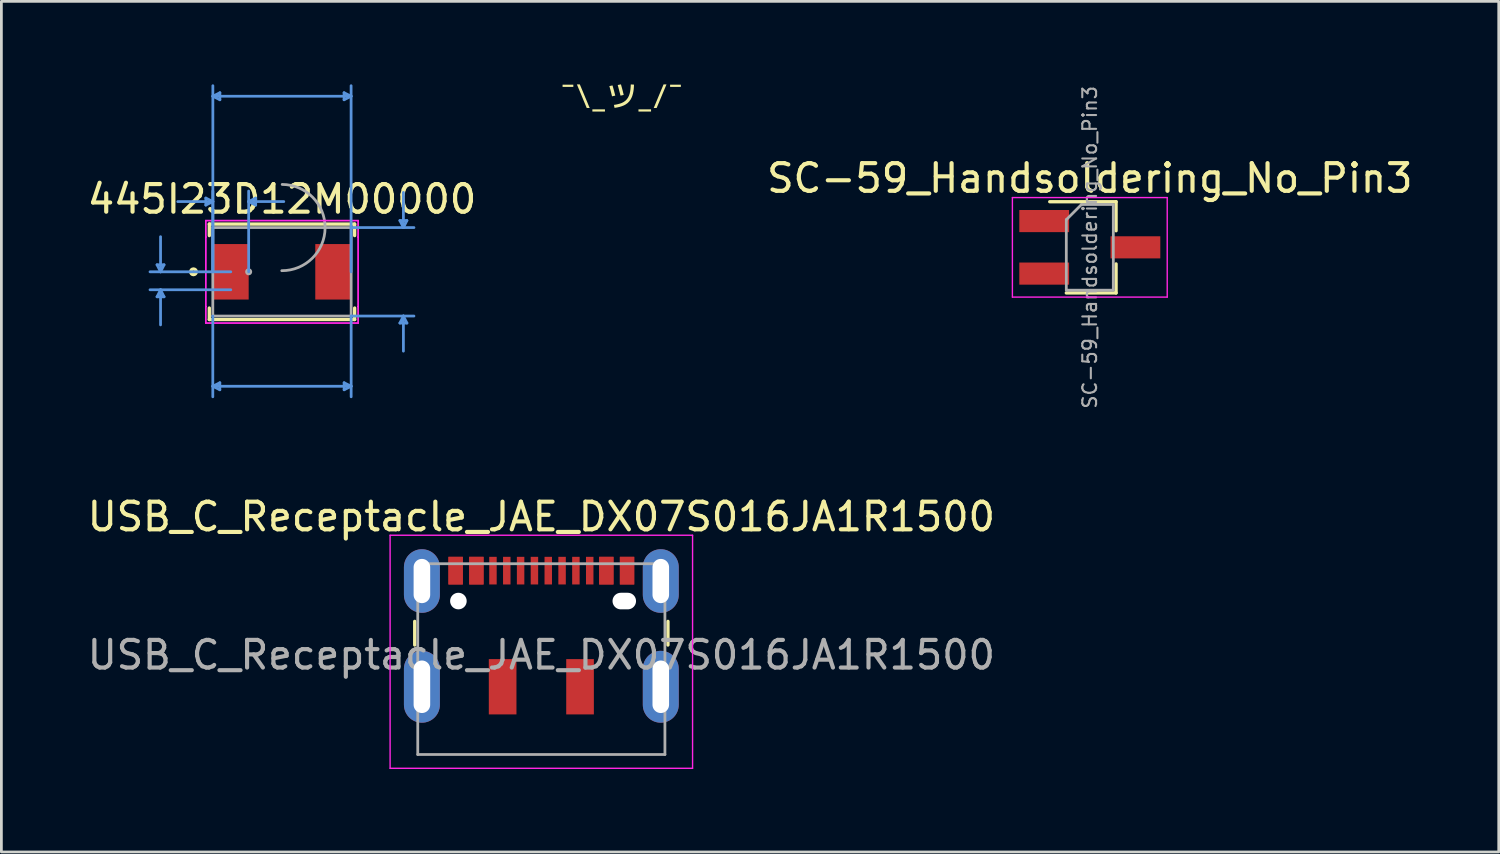
<source format=kicad_pcb>
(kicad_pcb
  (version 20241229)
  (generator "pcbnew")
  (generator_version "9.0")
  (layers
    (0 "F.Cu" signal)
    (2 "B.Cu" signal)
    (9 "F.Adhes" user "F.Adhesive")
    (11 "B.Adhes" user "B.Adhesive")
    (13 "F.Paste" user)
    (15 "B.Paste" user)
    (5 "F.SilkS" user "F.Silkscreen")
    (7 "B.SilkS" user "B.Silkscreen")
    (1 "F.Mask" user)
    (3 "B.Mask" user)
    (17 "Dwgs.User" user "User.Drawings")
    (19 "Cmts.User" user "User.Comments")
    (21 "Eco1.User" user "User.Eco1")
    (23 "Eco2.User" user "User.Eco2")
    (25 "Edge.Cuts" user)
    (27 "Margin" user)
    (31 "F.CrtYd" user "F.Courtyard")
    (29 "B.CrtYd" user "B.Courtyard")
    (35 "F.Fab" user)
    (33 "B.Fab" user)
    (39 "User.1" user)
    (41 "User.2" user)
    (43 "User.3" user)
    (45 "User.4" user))
  (footprint "445I23D12M00000"
    (layer "F.Cu")
    (at 7.149 6.781)
    (property "Reference" "445I23D12M00000" (at 0 -2.629 0) (layer "F.SilkS") (effects (font (size 1 1) (thickness 0.15))))
    (attr through_hole)
    (fp_line (start -2.629 -1.727) (end -2.629 -1.31) (stroke (width 0.12) (type solid)) (layer "F.SilkS"))
    (fp_line (start -2.629 1.31) (end -2.629 1.727) (stroke (width 0.12) (type solid)) (layer "F.SilkS"))
    (fp_line (start -2.629 1.727) (end 2.629 1.727) (stroke (width 0.12) (type solid)) (layer "F.SilkS"))
    (fp_line (start 2.629 -1.727) (end -2.629 -1.727) (stroke (width 0.12) (type solid)) (layer "F.SilkS"))
    (fp_line (start 2.629 -1.31) (end 2.629 -1.727) (stroke (width 0.12) (type solid)) (layer "F.SilkS"))
    (fp_line (start 2.629 1.727) (end 2.629 1.31) (stroke (width 0.12) (type solid)) (layer "F.SilkS"))
    (fp_circle (center -3.201 0) (end -3.099 0) (stroke (width 0.12) (type solid)) (fill no) (layer "F.SilkS"))
    (fp_line (start -4.519 -0.254) (end -4.265 -0.254) (stroke (width 0.1) (type solid)) (layer "Cmts.User"))
    (fp_line (start -4.519 0.904) (end -4.265 0.904) (stroke (width 0.1) (type solid)) (layer "Cmts.User"))
    (fp_line (start -4.392 0) (end -4.519 -0.254) (stroke (width 0.1) (type solid)) (layer "Cmts.User"))
    (fp_line (start -4.392 0) (end -4.392 -1.27) (stroke (width 0.1) (type solid)) (layer "Cmts.User"))
    (fp_line (start -4.392 0) (end -4.265 -0.254) (stroke (width 0.1) (type solid)) (layer "Cmts.User"))
    (fp_line (start -4.392 0.65) (end -4.519 0.904) (stroke (width 0.1) (type solid)) (layer "Cmts.User"))
    (fp_line (start -4.392 0.65) (end -4.392 1.92) (stroke (width 0.1) (type solid)) (layer "Cmts.User"))
    (fp_line (start -4.392 0.65) (end -4.265 0.904) (stroke (width 0.1) (type solid)) (layer "Cmts.User"))
    (fp_line (start -2.754 -2.667) (end -2.754 -2.413) (stroke (width 0.1) (type solid)) (layer "Cmts.User"))
    (fp_line (start -2.502 1.6) (end -2.502 4.521) (stroke (width 0.1) (type solid)) (layer "Cmts.User"))
    (fp_line (start -2.502 4.14) (end -2.248 4.013) (stroke (width 0.1) (type solid)) (layer "Cmts.User"))
    (fp_line (start -2.502 4.14) (end -2.248 4.267) (stroke (width 0.1) (type solid)) (layer "Cmts.User"))
    (fp_line (start -2.502 4.14) (end 2.502 4.14) (stroke (width 0.1) (type solid)) (layer "Cmts.User"))
    (fp_line (start -2.5 -6.35) (end -2.246 -6.477) (stroke (width 0.1) (type solid)) (layer "Cmts.User"))
    (fp_line (start -2.5 -6.35) (end -2.246 -6.223) (stroke (width 0.1) (type solid)) (layer "Cmts.User"))
    (fp_line (start -2.5 -6.35) (end 2.5 -6.35) (stroke (width 0.1) (type solid)) (layer "Cmts.User"))
    (fp_line (start -2.5 -2.54) (end -3.77 -2.54) (stroke (width 0.1) (type solid)) (layer "Cmts.User"))
    (fp_line (start -2.5 -2.54) (end -2.754 -2.667) (stroke (width 0.1) (type solid)) (layer "Cmts.User"))
    (fp_line (start -2.5 -2.54) (end -2.754 -2.413) (stroke (width 0.1) (type solid)) (layer "Cmts.User"))
    (fp_line (start -2.5 0) (end -2.5 -6.731) (stroke (width 0.1) (type solid)) (layer "Cmts.User"))
    (fp_line (start -2.5 0) (end -2.5 -2.921) (stroke (width 0.1) (type solid)) (layer "Cmts.User"))
    (fp_line (start -2.248 4.013) (end -2.248 4.267) (stroke (width 0.1) (type solid)) (layer "Cmts.User"))
    (fp_line (start -2.246 -6.477) (end -2.246 -6.223) (stroke (width 0.1) (type solid)) (layer "Cmts.User"))
    (fp_line (start -1.852 0) (end -4.773 0) (stroke (width 0.1) (type solid)) (layer "Cmts.User"))
    (fp_line (start -1.852 0.65) (end -4.773 0.65) (stroke (width 0.1) (type solid)) (layer "Cmts.User"))
    (fp_line (start -1.205 -2.54) (end -0.951 -2.667) (stroke (width 0.1) (type solid)) (layer "Cmts.User"))
    (fp_line (start -1.205 -2.54) (end -0.951 -2.413) (stroke (width 0.1) (type solid)) (layer "Cmts.User"))
    (fp_line (start -1.205 -2.54) (end 0.065 -2.54) (stroke (width 0.1) (type solid)) (layer "Cmts.User"))
    (fp_line (start -1.205 0) (end -1.205 -2.921) (stroke (width 0.1) (type solid)) (layer "Cmts.User"))
    (fp_line (start -0.951 -2.667) (end -0.951 -2.413) (stroke (width 0.1) (type solid)) (layer "Cmts.User"))
    (fp_line (start 2.246 -6.477) (end 2.246 -6.223) (stroke (width 0.1) (type solid)) (layer "Cmts.User"))
    (fp_line (start 2.248 4.013) (end 2.248 4.267) (stroke (width 0.1) (type solid)) (layer "Cmts.User"))
    (fp_line (start 2.5 -6.35) (end 2.246 -6.477) (stroke (width 0.1) (type solid)) (layer "Cmts.User"))
    (fp_line (start 2.5 -6.35) (end 2.246 -6.223) (stroke (width 0.1) (type solid)) (layer "Cmts.User"))
    (fp_line (start 2.5 0) (end 2.5 -6.731) (stroke (width 0.1) (type solid)) (layer "Cmts.User"))
    (fp_line (start 2.502 -1.6) (end 4.773 -1.6) (stroke (width 0.1) (type solid)) (layer "Cmts.User"))
    (fp_line (start 2.502 1.6) (end 2.502 4.521) (stroke (width 0.1) (type solid)) (layer "Cmts.User"))
    (fp_line (start 2.502 1.6) (end 4.773 1.6) (stroke (width 0.1) (type solid)) (layer "Cmts.User"))
    (fp_line (start 2.502 4.14) (end 2.248 4.013) (stroke (width 0.1) (type solid)) (layer "Cmts.User"))
    (fp_line (start 2.502 4.14) (end 2.248 4.267) (stroke (width 0.1) (type solid)) (layer "Cmts.User"))
    (fp_line (start 4.265 -1.854) (end 4.519 -1.854) (stroke (width 0.1) (type solid)) (layer "Cmts.User"))
    (fp_line (start 4.265 1.854) (end 4.519 1.854) (stroke (width 0.1) (type solid)) (layer "Cmts.User"))
    (fp_line (start 4.392 -1.6) (end 4.265 -1.854) (stroke (width 0.1) (type solid)) (layer "Cmts.User"))
    (fp_line (start 4.392 -1.6) (end 4.392 -2.87) (stroke (width 0.1) (type solid)) (layer "Cmts.User"))
    (fp_line (start 4.392 -1.6) (end 4.519 -1.854) (stroke (width 0.1) (type solid)) (layer "Cmts.User"))
    (fp_line (start 4.392 1.6) (end 4.265 1.854) (stroke (width 0.1) (type solid)) (layer "Cmts.User"))
    (fp_line (start 4.392 1.6) (end 4.392 2.87) (stroke (width 0.1) (type solid)) (layer "Cmts.User"))
    (fp_line (start 4.392 1.6) (end 4.519 1.854) (stroke (width 0.1) (type solid)) (layer "Cmts.User"))
    (fp_line (start -2.756 -1.854) (end 2.756 -1.854) (stroke (width 0.05) (type solid)) (layer "F.CrtYd"))
    (fp_line (start -2.756 -1.854) (end 2.756 -1.854) (stroke (width 0.05) (type solid)) (layer "F.CrtYd"))
    (fp_line (start -2.756 -1.257) (end -2.756 -1.854) (stroke (width 0.05) (type solid)) (layer "F.CrtYd"))
    (fp_line (start -2.756 -1.257) (end -2.756 -1.854) (stroke (width 0.05) (type solid)) (layer "F.CrtYd"))
    (fp_line (start -2.756 -1.257) (end -2.756 -1.257) (stroke (width 0.05) (type solid)) (layer "F.CrtYd"))
    (fp_line (start -2.756 -1.257) (end -2.756 -1.257) (stroke (width 0.05) (type solid)) (layer "F.CrtYd"))
    (fp_line (start -2.756 1.257) (end -2.756 -1.257) (stroke (width 0.05) (type solid)) (layer "F.CrtYd"))
    (fp_line (start -2.756 1.257) (end -2.756 -1.257) (stroke (width 0.05) (type solid)) (layer "F.CrtYd"))
    (fp_line (start -2.756 1.257) (end -2.756 1.257) (stroke (width 0.05) (type solid)) (layer "F.CrtYd"))
    (fp_line (start -2.756 1.257) (end -2.756 1.257) (stroke (width 0.05) (type solid)) (layer "F.CrtYd"))
    (fp_line (start -2.756 1.854) (end -2.756 1.257) (stroke (width 0.05) (type solid)) (layer "F.CrtYd"))
    (fp_line (start -2.756 1.854) (end -2.756 1.257) (stroke (width 0.05) (type solid)) (layer "F.CrtYd"))
    (fp_line (start 2.756 -1.854) (end 2.756 -1.257) (stroke (width 0.05) (type solid)) (layer "F.CrtYd"))
    (fp_line (start 2.756 -1.854) (end 2.756 -1.257) (stroke (width 0.05) (type solid)) (layer "F.CrtYd"))
    (fp_line (start 2.756 -1.257) (end 2.756 -1.257) (stroke (width 0.05) (type solid)) (layer "F.CrtYd"))
    (fp_line (start 2.756 -1.257) (end 2.756 -1.257) (stroke (width 0.05) (type solid)) (layer "F.CrtYd"))
    (fp_line (start 2.756 -1.257) (end 2.756 1.257) (stroke (width 0.05) (type solid)) (layer "F.CrtYd"))
    (fp_line (start 2.756 -1.257) (end 2.756 1.257) (stroke (width 0.05) (type solid)) (layer "F.CrtYd"))
    (fp_line (start 2.756 1.257) (end 2.756 1.257) (stroke (width 0.05) (type solid)) (layer "F.CrtYd"))
    (fp_line (start 2.756 1.257) (end 2.756 1.257) (stroke (width 0.05) (type solid)) (layer "F.CrtYd"))
    (fp_line (start 2.756 1.257) (end 2.756 1.854) (stroke (width 0.05) (type solid)) (layer "F.CrtYd"))
    (fp_line (start 2.756 1.257) (end 2.756 1.854) (stroke (width 0.05) (type solid)) (layer "F.CrtYd"))
    (fp_line (start 2.756 1.854) (end -2.756 1.854) (stroke (width 0.05) (type solid)) (layer "F.CrtYd"))
    (fp_line (start 2.756 1.854) (end -2.756 1.854) (stroke (width 0.05) (type solid)) (layer "F.CrtYd"))
    (fp_line (start -2.502 -1.6) (end -2.502 1.6) (stroke (width 0.1) (type solid)) (layer "F.Fab"))
    (fp_line (start -2.502 1.6) (end 2.502 1.6) (stroke (width 0.1) (type solid)) (layer "F.Fab"))
    (fp_line (start 2.502 -1.6) (end -2.502 -1.6) (stroke (width 0.1) (type solid)) (layer "F.Fab"))
    (fp_line (start 2.502 1.6) (end 2.502 -1.6) (stroke (width 0.1) (type solid)) (layer "F.Fab"))
    (fp_arc (start 0.007742 -3.159755) (mid 1.559555 -1.592458) (end -0.007742 -0.040645) (stroke (width 0.1) (type solid)) (layer "F.Fab"))
    (fp_circle (center -1.205 0) (end -1.128 0) (stroke (width 0.1) (type solid)) (fill no) (layer "F.Fab"))
    (pad "1" smd rect (at -1.852 0) (size 1.295 2.007) (layers "F.Cu" "F.Mask" "F.Paste"))
    (pad "2" smd rect (at 1.852 0) (size 1.295 2.007) (layers "F.Cu" "F.Mask" "F.Paste")))
  (footprint "USB_C_Receptacle_JAE_DX07S016JA1R1500"
    (layer "F.Cu")
    (at 16.53 20.64)
    (property "Reference" "USB_C_Receptacle_JAE_DX07S016JA1R1500" (at 0 -5 180) (layer "F.SilkS") (effects (font (size 1 1) (thickness 0.15))))
    (attr smd)
    (fp_line (start -4.58 -1.215) (end -4.58 -0.36) (stroke (width 0.12) (type solid)) (layer "F.SilkS"))
    (fp_line (start 4.58 -1.215) (end 4.58 -0.36) (stroke (width 0.12) (type solid)) (layer "F.SilkS"))
    (fp_line (start -5.47 -4.33) (end -5.47 4.1) (stroke (width 0.05) (type solid)) (layer "F.CrtYd"))
    (fp_line (start -5.47 -4.33) (end 5.47 -4.33) (stroke (width 0.05) (type solid)) (layer "F.CrtYd"))
    (fp_line (start -5.47 4.1) (end 5.47 4.1) (stroke (width 0.05) (type solid)) (layer "F.CrtYd"))
    (fp_line (start 5.47 -4.33) (end 5.47 4.1) (stroke (width 0.05) (type solid)) (layer "F.CrtYd"))
    (fp_line (start -4.47 -3.3) (end -4.47 3.6) (stroke (width 0.1) (type solid)) (layer "F.Fab"))
    (fp_line (start -4.47 -3.3) (end 4.47 -3.3) (stroke (width 0.1) (type solid)) (layer "F.Fab"))
    (fp_line (start -4.47 3.6) (end 4.47 3.6) (stroke (width 0.1) (type solid)) (layer "F.Fab"))
    (fp_line (start 4.47 -3.3) (end 4.47 3.6) (stroke (width 0.1) (type solid)) (layer "F.Fab"))
    (fp_text user "${REFERENCE}" (at 0 0 180) (layer "F.Fab") (effects (font (size 1 1) (thickness 0.15))))
    (pad "" np_thru_hole circle (at -3 -1.95) (size 0.6 0.6) (drill 0.6) (layers "*.Cu" "*.Mask"))
    (pad "" smd rect (at -1.4 1.15) (size 1 2) (layers "F.Cu" "F.Mask" "F.Paste"))
    (pad "" smd rect (at 1.4 1.15) (size 1 2) (layers "F.Cu" "F.Mask" "F.Paste"))
    (pad "" np_thru_hole oval (at 3 -1.95) (size 0.85 0.6) (drill oval 0.85 0.6) (layers "*.Cu" "*.Mask"))
    (pad "A1" smd rect (at -3.1 -3.05) (size 0.52 1) (layers "F.Cu" "F.Mask" "F.Paste"))
    (pad "A4" smd rect (at -2.35 -3.05) (size 0.52 1) (layers "F.Cu" "F.Mask" "F.Paste"))
    (pad "A5" smd rect (at -1.75 -3.05) (size 0.27 1) (layers "F.Cu" "F.Mask" "F.Paste"))
    (pad "A6" smd rect (at -0.25 -3.05) (size 0.27 1) (layers "F.Cu" "F.Mask" "F.Paste"))
    (pad "A7" smd rect (at 0.75 -3.05) (size 0.27 1) (layers "F.Cu" "F.Mask" "F.Paste"))
    (pad "A8" smd rect (at 1.75 -3.05) (size 0.27 1) (layers "F.Cu" "F.Mask" "F.Paste"))
    (pad "A9" smd rect (at 2.35 -3.05) (size 0.52 1) (layers "F.Cu" "F.Mask" "F.Paste"))
    (pad "A12" smd rect (at 3.1 -3.05) (size 0.52 1) (layers "F.Cu" "F.Mask" "F.Paste"))
    (pad "B1" smd rect (at 3.1 -3.05) (size 0.52 1) (layers "F.Cu" "F.Mask" "F.Paste"))
    (pad "B4" smd rect (at 2.35 -3.05) (size 0.52 1) (layers "F.Cu" "F.Mask" "F.Paste"))
    (pad "B5" smd rect (at 1.25 -3.05) (size 0.27 1) (layers "F.Cu" "F.Mask" "F.Paste"))
    (pad "B6" smd rect (at 0.25 -3.05) (size 0.27 1) (layers "F.Cu" "F.Mask" "F.Paste"))
    (pad "B7" smd rect (at -0.75 -3.05) (size 0.27 1) (layers "F.Cu" "F.Mask" "F.Paste"))
    (pad "B8" smd rect (at -1.25 -3.05) (size 0.27 1) (layers "F.Cu" "F.Mask" "F.Paste"))
    (pad "B9" smd rect (at -2.35 -3.05) (size 0.52 1) (layers "F.Cu" "F.Mask" "F.Paste"))
    (pad "B12" smd rect (at -3.1 -3.05) (size 0.52 1) (layers "F.Cu" "F.Mask" "F.Paste"))
    (pad "S1" thru_hole oval (at -4.32 -2.675) (size 1.3 2.3) (drill oval 0.6 1.6) (layers "*.Cu" "*.Mask"))
    (pad "S1" thru_hole oval (at -4.32 1.15) (size 1.3 2.6) (drill oval 0.6 1.9) (layers "*.Cu" "*.Mask"))
    (pad "S1" thru_hole oval (at 4.32 -2.675) (size 1.3 2.3) (drill oval 0.6 1.6) (layers "*.Cu" "*.Mask"))
    (pad "S1" thru_hole oval (at 4.32 1.15) (size 1.3 2.6) (drill oval 0.6 1.9) (layers "*.Cu" "*.Mask")))
  (footprint "SC-59_Handsoldering_No_Pin3"
    (layer "F.Cu")
    (at 36.368 5.896)
    (property "Reference" "SC-59_Handsoldering_No_Pin3" (at 0 -2.5 0) (layer "F.SilkS") (effects (font (size 1 1) (thickness 0.15))))
    (attr smd)
    (fp_line (start -1.45 -1.65) (end 0.95 -1.65) (stroke (width 0.12) (type solid)) (layer "F.SilkS"))
    (fp_line (start -0.85 1.65) (end 0.95 1.65) (stroke (width 0.12) (type solid)) (layer "F.SilkS"))
    (fp_line (start 0.95 -1.65) (end 0.95 -0.6) (stroke (width 0.12) (type solid)) (layer "F.SilkS"))
    (fp_line (start 0.95 1.65) (end 0.95 0.6) (stroke (width 0.12) (type solid)) (layer "F.SilkS"))
    (fp_line (start -2.8 -1.8) (end -2.8 1.8) (stroke (width 0.05) (type solid)) (layer "F.CrtYd"))
    (fp_line (start -2.8 -1.8) (end 2.8 -1.8) (stroke (width 0.05) (type solid)) (layer "F.CrtYd"))
    (fp_line (start 2.8 1.8) (end -2.8 1.8) (stroke (width 0.05) (type solid)) (layer "F.CrtYd"))
    (fp_line (start 2.8 1.8) (end 2.8 -1.8) (stroke (width 0.05) (type solid)) (layer "F.CrtYd"))
    (fp_line (start -0.85 1.55) (end -0.85 -1) (stroke (width 0.1) (type solid)) (layer "F.Fab"))
    (fp_line (start -0.85 1.55) (end 0.85 1.55) (stroke (width 0.1) (type solid)) (layer "F.Fab"))
    (fp_line (start -0.3 -1.55) (end -0.85 -1) (stroke (width 0.1) (type solid)) (layer "F.Fab"))
    (fp_line (start -0.3 -1.55) (end 0.85 -1.55) (stroke (width 0.1) (type solid)) (layer "F.Fab"))
    (fp_line (start 0.85 -1.52) (end 0.85 1.52) (stroke (width 0.1) (type solid)) (layer "F.Fab"))
    (fp_text user "${REFERENCE}" (at 0 0 90) (layer "F.Fab") (effects (font (size 0.5 0.5) (thickness 0.075))))
    (pad "" smd rect (at -1.65 0.95) (size 1.8 0.8) (layers "F.Cu" "F.Mask" "F.Paste"))
    (pad "1" smd rect (at -1.65 -0.95) (size 1.8 0.8) (layers "F.Cu" "F.Mask" "F.Paste"))
    (pad "2" smd rect (at 1.65 0) (size 1.8 0.8) (layers "F.Cu" "F.Mask" "F.Paste")))
  (footprint "kibuzzard-63879D59"
    (layer "F.Cu")
    (at 19.437 0.493)
    (property "Reference" "kibuzzard-63879D59" (at 0 -0.493 0) (layer "F.SilkS") (effects (font (size 0.001 0.001) (thickness 0.000003))))
    (attr board_only exclude_from_pos_files exclude_from_bom)
    (fp_poly (pts (xy -2.139 -0.4) (xy -2.139 -0.48) (xy -1.75 -0.48) (xy -1.75 -0.4) (xy -2.139 -0.4)) (stroke (width 0) (type solid)) (fill yes) (layer "F.SilkS"))
    (fp_poly (pts (xy -1.621 -0.491) (xy -1.515 -0.491) (xy -1.158 0.364) (xy -1.265 0.364) (xy -1.621 -0.491)) (stroke (width 0) (type solid)) (fill yes) (layer "F.SilkS"))
    (fp_poly (pts (xy -1.061 0.492) (xy -1.061 0.412) (xy -0.606 0.412) (xy -0.606 0.492) (xy -1.061 0.492)) (stroke (width 0) (type solid)) (fill yes) (layer "F.SilkS"))
    (fp_poly (pts (xy 0.606 0.492) (xy 0.606 0.412) (xy 1.061 0.412) (xy 1.061 0.492) (xy 0.606 0.492)) (stroke (width 0) (type solid)) (fill yes) (layer "F.SilkS"))
    (fp_poly (pts (xy 1.62 -0.491) (xy 1.263 0.364) (xy 1.157 0.364) (xy 1.514 -0.491) (xy 1.62 -0.491)) (stroke (width 0) (type solid)) (fill yes) (layer "F.SilkS"))
    (fp_poly (pts (xy 1.75 -0.4) (xy 1.75 -0.48) (xy 2.139 -0.48) (xy 2.139 -0.4) (xy 1.75 -0.4)) (stroke (width 0) (type solid)) (fill yes) (layer "F.SilkS"))
    (fp_poly (pts (xy -0.447 -0.429) (xy -0.333 -0.453) (xy -0.316 -0.394) (xy -0.297 -0.327) (xy -0.277 -0.253) (xy -0.256 -0.172) (xy -0.233 -0.084) (xy -0.35 -0.059) (xy -0.371 -0.144) (xy -0.391 -0.224) (xy -0.41 -0.298) (xy -0.429 -0.366) (xy -0.447 -0.429)) (stroke (width 0) (type solid)) (fill yes) (layer "F.SilkS"))
    (fp_poly (pts (xy -0.144 -0.468) (xy -0.028 -0.492) (xy -0.007 -0.417) (xy 0.014 -0.341) (xy 0.034 -0.265) (xy 0.053 -0.187) (xy 0.072 -0.109) (xy -0.044 -0.084) (xy -0.065 -0.168) (xy -0.086 -0.249) (xy -0.106 -0.325) (xy -0.125 -0.398) (xy -0.144 -0.468)) (stroke (width 0) (type solid)) (fill yes) (layer "F.SilkS"))
    (fp_poly (pts (xy 0.328 -0.489) (xy 0.445 -0.482) (xy 0.44 -0.391) (xy 0.433 -0.306) (xy 0.421 -0.228) (xy 0.406 -0.155) (xy 0.387 -0.088) (xy 0.365 -0.028) (xy 0.324 0.053) (xy 0.273 0.124) (xy 0.213 0.185) (xy 0.143 0.235) (xy 0.08 0.269) (xy 0.007 0.298) (xy -0.073 0.323) (xy -0.162 0.343) (xy -0.26 0.359) (xy -0.281 0.251) (xy -0.199 0.238) (xy -0.124 0.221) (xy -0.057 0.202) (xy 0.002 0.181) (xy 0.071 0.145) (xy 0.133 0.101) (xy 0.186 0.047) (xy 0.23 -0.016) (xy 0.265 -0.088) (xy 0.291 -0.168) (xy 0.305 -0.236) (xy 0.316 -0.312) (xy 0.323 -0.396) (xy 0.328 -0.489)) (stroke (width 0) (type solid)) (fill yes) (layer "F.SilkS")))
  (gr_rect
    (start -3 -3)
    (end 51.159 27.765)
    (stroke (width 0.1) (type default))
    (fill no)
    (layer "Edge.Cuts")))
</source>
